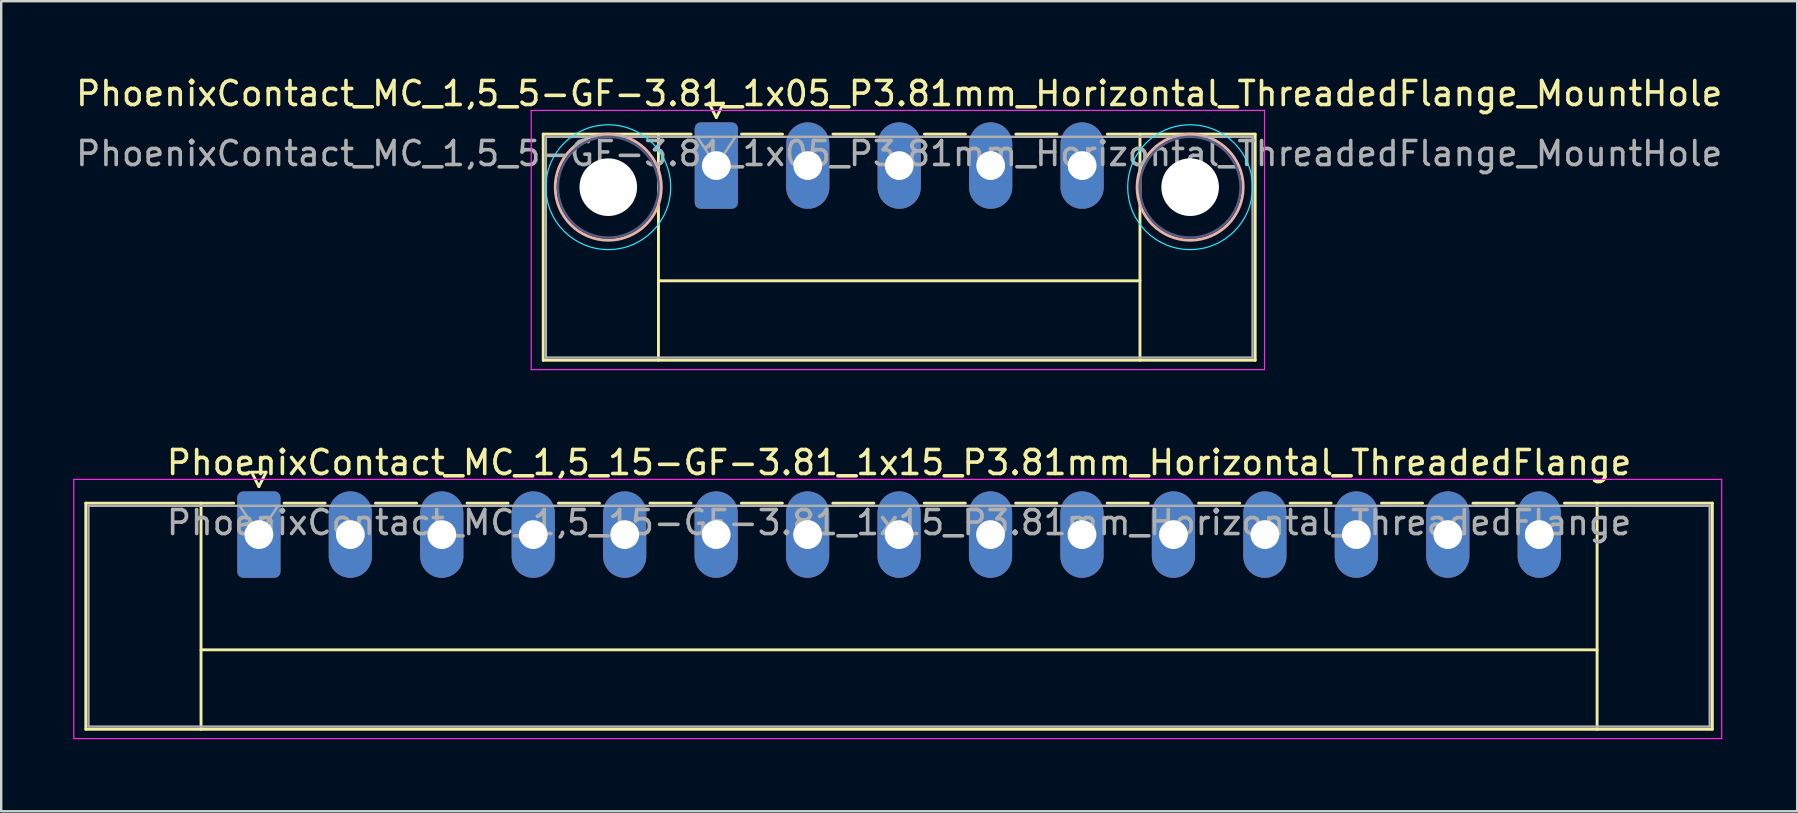
<source format=kicad_pcb>
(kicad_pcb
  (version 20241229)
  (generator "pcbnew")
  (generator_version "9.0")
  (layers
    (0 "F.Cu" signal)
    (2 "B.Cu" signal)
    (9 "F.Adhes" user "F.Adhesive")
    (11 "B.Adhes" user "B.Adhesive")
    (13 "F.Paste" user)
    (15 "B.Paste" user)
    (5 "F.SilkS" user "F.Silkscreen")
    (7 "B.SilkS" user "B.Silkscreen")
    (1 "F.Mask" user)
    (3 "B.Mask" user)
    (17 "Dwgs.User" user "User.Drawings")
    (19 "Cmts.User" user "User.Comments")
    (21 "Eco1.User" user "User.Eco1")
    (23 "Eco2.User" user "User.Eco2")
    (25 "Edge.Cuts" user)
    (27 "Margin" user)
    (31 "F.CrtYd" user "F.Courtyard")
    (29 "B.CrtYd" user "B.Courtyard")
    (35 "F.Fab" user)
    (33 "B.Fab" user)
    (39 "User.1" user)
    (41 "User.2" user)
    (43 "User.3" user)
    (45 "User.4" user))
  (footprint "PhoenixContact_MC_1,5_15-GF-3.81_1x15_P3.81mm_Horizontal_ThreadedFlange"
    (layer "F.Cu")
    (at 7.735 19.221)
    (property "Reference" "PhoenixContact_MC_1,5_15-GF-3.81_1x15_P3.81mm_Horizontal_ThreadedFlange" (at 26.67 -3 0) (layer "F.SilkS") (effects (font (size 1 1) (thickness 0.15))))
    (attr through_hole)
    (fp_line (start -7.21 -1.31) (end -7.21 8.11) (stroke (width 0.12) (type solid)) (layer "F.SilkS"))
    (fp_line (start -7.21 -1.31) (end -1.05 -1.31) (stroke (width 0.12) (type solid)) (layer "F.SilkS"))
    (fp_line (start -7.21 8.11) (end 60.55 8.11) (stroke (width 0.12) (type solid)) (layer "F.SilkS"))
    (fp_line (start -2.41 -1.31) (end -2.41 8.11) (stroke (width 0.12) (type solid)) (layer "F.SilkS"))
    (fp_line (start -2.41 4.8) (end 55.75 4.8) (stroke (width 0.12) (type solid)) (layer "F.SilkS"))
    (fp_line (start -0.3 -2.6) (end 0.3 -2.6) (stroke (width 0.12) (type solid)) (layer "F.SilkS"))
    (fp_line (start 0 -2) (end -0.3 -2.6) (stroke (width 0.12) (type solid)) (layer "F.SilkS"))
    (fp_line (start 0.3 -2.6) (end 0 -2) (stroke (width 0.12) (type solid)) (layer "F.SilkS"))
    (fp_line (start 1.05 -1.31) (end 2.76 -1.31) (stroke (width 0.12) (type solid)) (layer "F.SilkS"))
    (fp_line (start 4.86 -1.31) (end 6.57 -1.31) (stroke (width 0.12) (type solid)) (layer "F.SilkS"))
    (fp_line (start 8.67 -1.31) (end 10.38 -1.31) (stroke (width 0.12) (type solid)) (layer "F.SilkS"))
    (fp_line (start 12.48 -1.31) (end 14.19 -1.31) (stroke (width 0.12) (type solid)) (layer "F.SilkS"))
    (fp_line (start 16.29 -1.31) (end 18 -1.31) (stroke (width 0.12) (type solid)) (layer "F.SilkS"))
    (fp_line (start 20.1 -1.31) (end 21.81 -1.31) (stroke (width 0.12) (type solid)) (layer "F.SilkS"))
    (fp_line (start 23.91 -1.31) (end 25.62 -1.31) (stroke (width 0.12) (type solid)) (layer "F.SilkS"))
    (fp_line (start 27.72 -1.31) (end 29.43 -1.31) (stroke (width 0.12) (type solid)) (layer "F.SilkS"))
    (fp_line (start 31.53 -1.31) (end 33.24 -1.31) (stroke (width 0.12) (type solid)) (layer "F.SilkS"))
    (fp_line (start 35.34 -1.31) (end 37.05 -1.31) (stroke (width 0.12) (type solid)) (layer "F.SilkS"))
    (fp_line (start 39.15 -1.31) (end 40.86 -1.31) (stroke (width 0.12) (type solid)) (layer "F.SilkS"))
    (fp_line (start 42.96 -1.31) (end 44.67 -1.31) (stroke (width 0.12) (type solid)) (layer "F.SilkS"))
    (fp_line (start 46.77 -1.31) (end 48.48 -1.31) (stroke (width 0.12) (type solid)) (layer "F.SilkS"))
    (fp_line (start 50.58 -1.31) (end 52.29 -1.31) (stroke (width 0.12) (type solid)) (layer "F.SilkS"))
    (fp_line (start 55.75 -1.31) (end 55.75 8.11) (stroke (width 0.12) (type solid)) (layer "F.SilkS"))
    (fp_line (start 60.55 -1.31) (end 54.39 -1.31) (stroke (width 0.12) (type solid)) (layer "F.SilkS"))
    (fp_line (start 60.55 8.11) (end 60.55 -1.31) (stroke (width 0.12) (type solid)) (layer "F.SilkS"))
    (fp_line (start -7.71 -2.3) (end -7.71 8.5) (stroke (width 0.05) (type solid)) (layer "F.CrtYd"))
    (fp_line (start -7.71 8.5) (end 60.94 8.5) (stroke (width 0.05) (type solid)) (layer "F.CrtYd"))
    (fp_line (start 60.94 -2.3) (end -7.71 -2.3) (stroke (width 0.05) (type solid)) (layer "F.CrtYd"))
    (fp_line (start 60.94 8.5) (end 60.94 -2.3) (stroke (width 0.05) (type solid)) (layer "F.CrtYd"))
    (fp_line (start -7.1 -1.2) (end -7.1 8) (stroke (width 0.1) (type solid)) (layer "F.Fab"))
    (fp_line (start -7.1 8) (end 60.44 8) (stroke (width 0.1) (type solid)) (layer "F.Fab"))
    (fp_line (start 0 0) (end -0.8 -1.2) (stroke (width 0.1) (type solid)) (layer "F.Fab"))
    (fp_line (start 0.8 -1.2) (end 0 0) (stroke (width 0.1) (type solid)) (layer "F.Fab"))
    (fp_line (start 60.44 -1.2) (end -7.1 -1.2) (stroke (width 0.1) (type solid)) (layer "F.Fab"))
    (fp_line (start 60.44 8) (end 60.44 -1.2) (stroke (width 0.1) (type solid)) (layer "F.Fab"))
    (fp_text user "${REFERENCE}" (at 26.67 -0.5 0) (layer "F.Fab") (effects (font (size 1 1) (thickness 0.15))))
    (pad "1" thru_hole roundrect (at 0 0) (size 1.8 3.6) (drill 1.2) (layers "*.Cu" "*.Mask") (roundrect_rratio 0.139))
    (pad "2" thru_hole oval (at 3.81 0) (size 1.8 3.6) (drill 1.2) (layers "*.Cu" "*.Mask"))
    (pad "3" thru_hole oval (at 7.62 0) (size 1.8 3.6) (drill 1.2) (layers "*.Cu" "*.Mask"))
    (pad "4" thru_hole oval (at 11.43 0) (size 1.8 3.6) (drill 1.2) (layers "*.Cu" "*.Mask"))
    (pad "5" thru_hole oval (at 15.24 0) (size 1.8 3.6) (drill 1.2) (layers "*.Cu" "*.Mask"))
    (pad "6" thru_hole oval (at 19.05 0) (size 1.8 3.6) (drill 1.2) (layers "*.Cu" "*.Mask"))
    (pad "7" thru_hole oval (at 22.86 0) (size 1.8 3.6) (drill 1.2) (layers "*.Cu" "*.Mask"))
    (pad "8" thru_hole oval (at 26.67 0) (size 1.8 3.6) (drill 1.2) (layers "*.Cu" "*.Mask"))
    (pad "9" thru_hole oval (at 30.48 0) (size 1.8 3.6) (drill 1.2) (layers "*.Cu" "*.Mask"))
    (pad "10" thru_hole oval (at 34.29 0) (size 1.8 3.6) (drill 1.2) (layers "*.Cu" "*.Mask"))
    (pad "11" thru_hole oval (at 38.1 0) (size 1.8 3.6) (drill 1.2) (layers "*.Cu" "*.Mask"))
    (pad "12" thru_hole oval (at 41.91 0) (size 1.8 3.6) (drill 1.2) (layers "*.Cu" "*.Mask"))
    (pad "13" thru_hole oval (at 45.72 0) (size 1.8 3.6) (drill 1.2) (layers "*.Cu" "*.Mask"))
    (pad "14" thru_hole oval (at 49.53 0) (size 1.8 3.6) (drill 1.2) (layers "*.Cu" "*.Mask"))
    (pad "15" thru_hole oval (at 53.34 0) (size 1.8 3.6) (drill 1.2) (layers "*.Cu" "*.Mask")))
  (footprint "PhoenixContact_MC_1,5_5-GF-3.81_1x05_P3.81mm_Horizontal_ThreadedFlange_MountHole"
    (layer "F.Cu")
    (at 26.791 3.848)
    (property "Reference" "PhoenixContact_MC_1,5_5-GF-3.81_1x05_P3.81mm_Horizontal_ThreadedFlange_MountHole" (at 7.62 -3 0) (layer "F.SilkS") (effects (font (size 1 1) (thickness 0.15))))
    (attr through_hole)
    (fp_line (start -7.21 -1.31) (end -7.21 8.11) (stroke (width 0.12) (type solid)) (layer "F.SilkS"))
    (fp_line (start -7.21 -1.31) (end -1.05 -1.31) (stroke (width 0.12) (type solid)) (layer "F.SilkS"))
    (fp_line (start -7.21 8.11) (end 22.45 8.11) (stroke (width 0.12) (type solid)) (layer "F.SilkS"))
    (fp_line (start -2.41 -1.31) (end -2.41 8.11) (stroke (width 0.12) (type solid)) (layer "F.SilkS"))
    (fp_line (start -2.41 4.8) (end 17.65 4.8) (stroke (width 0.12) (type solid)) (layer "F.SilkS"))
    (fp_line (start -0.3 -2.6) (end 0.3 -2.6) (stroke (width 0.12) (type solid)) (layer "F.SilkS"))
    (fp_line (start 0 -2) (end -0.3 -2.6) (stroke (width 0.12) (type solid)) (layer "F.SilkS"))
    (fp_line (start 0.3 -2.6) (end 0 -2) (stroke (width 0.12) (type solid)) (layer "F.SilkS"))
    (fp_line (start 1.05 -1.31) (end 2.76 -1.31) (stroke (width 0.12) (type solid)) (layer "F.SilkS"))
    (fp_line (start 4.86 -1.31) (end 6.57 -1.31) (stroke (width 0.12) (type solid)) (layer "F.SilkS"))
    (fp_line (start 8.67 -1.31) (end 10.38 -1.31) (stroke (width 0.12) (type solid)) (layer "F.SilkS"))
    (fp_line (start 12.48 -1.31) (end 14.19 -1.31) (stroke (width 0.12) (type solid)) (layer "F.SilkS"))
    (fp_line (start 17.65 -1.31) (end 17.65 8.11) (stroke (width 0.12) (type solid)) (layer "F.SilkS"))
    (fp_line (start 22.45 -1.31) (end 16.29 -1.31) (stroke (width 0.12) (type solid)) (layer "F.SilkS"))
    (fp_line (start 22.45 8.11) (end 22.45 -1.31) (stroke (width 0.12) (type solid)) (layer "F.SilkS"))
    (fp_circle (center -4.5 0.9) (end -2.29 0.9) (stroke (width 0.12) (type solid)) (fill no) (layer "B.SilkS"))
    (fp_circle (center 19.74 0.9) (end 21.95 0.9) (stroke (width 0.12) (type solid)) (fill no) (layer "B.SilkS"))
    (fp_circle (center -4.5 0.9) (end -1.9 0.9) (stroke (width 0.05) (type solid)) (fill no) (layer "B.CrtYd"))
    (fp_circle (center 19.74 0.9) (end 22.34 0.9) (stroke (width 0.05) (type solid)) (fill no) (layer "B.CrtYd"))
    (fp_line (start -7.71 -2.3) (end -7.71 8.5) (stroke (width 0.05) (type solid)) (layer "F.CrtYd"))
    (fp_line (start -7.71 8.5) (end 22.84 8.5) (stroke (width 0.05) (type solid)) (layer "F.CrtYd"))
    (fp_line (start 22.84 -2.3) (end -7.71 -2.3) (stroke (width 0.05) (type solid)) (layer "F.CrtYd"))
    (fp_line (start 22.84 8.5) (end 22.84 -2.3) (stroke (width 0.05) (type solid)) (layer "F.CrtYd"))
    (fp_circle (center -4.5 0.9) (end -2.4 0.9) (stroke (width 0.1) (type solid)) (fill no) (layer "B.Fab"))
    (fp_circle (center 19.74 0.9) (end 21.84 0.9) (stroke (width 0.1) (type solid)) (fill no) (layer "B.Fab"))
    (fp_line (start -7.1 -1.2) (end -7.1 8) (stroke (width 0.1) (type solid)) (layer "F.Fab"))
    (fp_line (start -7.1 8) (end 22.34 8) (stroke (width 0.1) (type solid)) (layer "F.Fab"))
    (fp_line (start 0 0) (end -0.8 -1.2) (stroke (width 0.1) (type solid)) (layer "F.Fab"))
    (fp_line (start 0.8 -1.2) (end 0 0) (stroke (width 0.1) (type solid)) (layer "F.Fab"))
    (fp_line (start 22.34 -1.2) (end -7.1 -1.2) (stroke (width 0.1) (type solid)) (layer "F.Fab"))
    (fp_line (start 22.34 8) (end 22.34 -1.2) (stroke (width 0.1) (type solid)) (layer "F.Fab"))
    (fp_text user "${REFERENCE}" (at 7.62 -0.5 0) (layer "F.Fab") (effects (font (size 1 1) (thickness 0.15))))
    (pad "" np_thru_hole circle (at -4.5 0.9) (size 2.4 2.4) (drill 2.4) (layers "*.Cu" "*.Mask"))
    (pad "" np_thru_hole circle (at 19.74 0.9) (size 2.4 2.4) (drill 2.4) (layers "*.Cu" "*.Mask"))
    (pad "1" thru_hole roundrect (at 0 0) (size 1.8 3.6) (drill 1.2) (layers "*.Cu" "*.Mask") (roundrect_rratio 0.139))
    (pad "2" thru_hole oval (at 3.81 0) (size 1.8 3.6) (drill 1.2) (layers "*.Cu" "*.Mask"))
    (pad "3" thru_hole oval (at 7.62 0) (size 1.8 3.6) (drill 1.2) (layers "*.Cu" "*.Mask"))
    (pad "4" thru_hole oval (at 11.43 0) (size 1.8 3.6) (drill 1.2) (layers "*.Cu" "*.Mask"))
    (pad "5" thru_hole oval (at 15.24 0) (size 1.8 3.6) (drill 1.2) (layers "*.Cu" "*.Mask")))
  (gr_rect
    (start -3 -3)
    (end 71.821 30.747)
    (stroke (width 0.1) (type default))
    (fill no)
    (layer "Edge.Cuts")))
</source>
